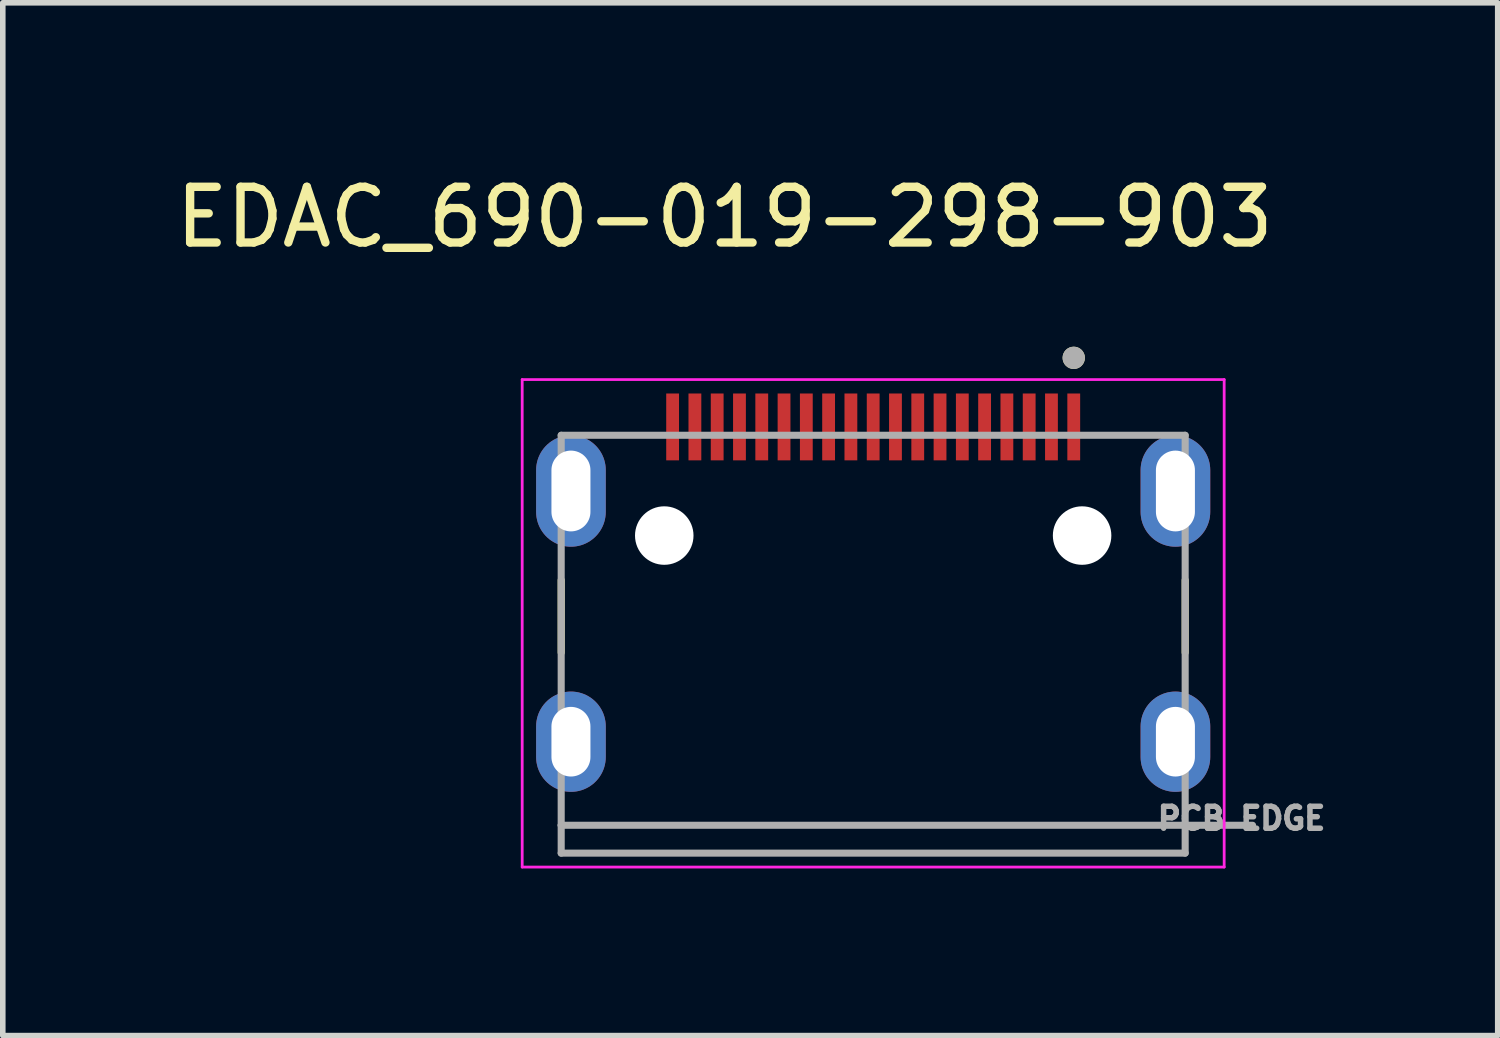
<source format=kicad_pcb>
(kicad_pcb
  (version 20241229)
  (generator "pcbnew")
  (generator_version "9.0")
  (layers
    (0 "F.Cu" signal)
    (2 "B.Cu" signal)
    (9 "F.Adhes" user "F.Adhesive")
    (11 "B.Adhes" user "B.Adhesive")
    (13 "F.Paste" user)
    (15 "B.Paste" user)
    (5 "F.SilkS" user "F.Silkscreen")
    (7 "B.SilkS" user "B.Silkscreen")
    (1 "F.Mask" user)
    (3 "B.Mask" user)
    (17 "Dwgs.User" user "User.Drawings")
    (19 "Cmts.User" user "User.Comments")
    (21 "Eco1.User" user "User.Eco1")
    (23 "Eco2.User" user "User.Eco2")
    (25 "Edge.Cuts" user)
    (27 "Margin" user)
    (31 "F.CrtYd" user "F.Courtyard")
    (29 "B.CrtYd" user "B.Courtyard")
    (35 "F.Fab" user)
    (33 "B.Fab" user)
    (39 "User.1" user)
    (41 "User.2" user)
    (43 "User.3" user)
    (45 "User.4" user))
  (footprint "EDAC_690-019-298-903"
    (layer "F.Cu")
    (at 12.623 10.263)
    (property "Reference" "EDAC_690-019-298-903" (at -2.665 -9.415 0) (layer "F.SilkS") (effects (font (size 1 1) (thickness 0.15))))
    (attr smd)
    (fp_line (start -5.6 -2.9) (end -5.6 -1.6) (stroke (width 0.127) (type solid)) (layer "F.SilkS"))
    (fp_line (start 5.6 -1.6) (end 5.6 -2.9) (stroke (width 0.127) (type solid)) (layer "F.SilkS"))
    (fp_circle (center 3.6 -6.89) (end 3.7 -6.89) (stroke (width 0.2) (type solid)) (fill no) (layer "F.SilkS"))
    (fp_line (start -6.3 -6.5) (end 6.3 -6.5) (stroke (width 0.05) (type solid)) (layer "F.CrtYd"))
    (fp_line (start -6.3 2.25) (end -6.3 -6.5) (stroke (width 0.05) (type solid)) (layer "F.CrtYd"))
    (fp_line (start 6.3 -6.5) (end 6.3 2.25) (stroke (width 0.05) (type solid)) (layer "F.CrtYd"))
    (fp_line (start 6.3 2.25) (end -6.3 2.25) (stroke (width 0.05) (type solid)) (layer "F.CrtYd"))
    (fp_line (start -5.6 -5.5) (end 5.6 -5.5) (stroke (width 0.127) (type solid)) (layer "F.Fab"))
    (fp_line (start -5.6 1.5) (end -5.6 -5.5) (stroke (width 0.127) (type solid)) (layer "F.Fab"))
    (fp_line (start -5.6 2) (end -5.6 1.5) (stroke (width 0.127) (type solid)) (layer "F.Fab"))
    (fp_line (start 5.6 1.5) (end -5.6 1.5) (stroke (width 0.127) (type solid)) (layer "F.Fab"))
    (fp_line (start 5.6 1.5) (end 5.6 -5.5) (stroke (width 0.127) (type solid)) (layer "F.Fab"))
    (fp_line (start 5.6 1.5) (end 6.81 1.5) (stroke (width 0.127) (type solid)) (layer "F.Fab"))
    (fp_line (start 5.6 2) (end -5.6 2) (stroke (width 0.127) (type solid)) (layer "F.Fab"))
    (fp_line (start 5.6 2) (end 5.6 1.5) (stroke (width 0.127) (type solid)) (layer "F.Fab"))
    (fp_circle (center 3.6 -6.89) (end 3.7 -6.89) (stroke (width 0.2) (type solid)) (fill no) (layer "F.Fab"))
    (fp_text user "PCB EDGE" (at 6.611 1.376 0) (layer "F.Fab") (effects (font (size 0.394 0.394) (thickness 0.15))))
    (pad "" np_thru_hole circle (at -3.75 -3.7) (size 1.05 1.05) (drill 1.05) (layers "*.Cu" "*.Mask"))
    (pad "" np_thru_hole circle (at 3.75 -3.7) (size 1.05 1.05) (drill 1.05) (layers "*.Cu" "*.Mask"))
    (pad "1" smd rect (at 3.6 -5.65) (size 0.23 1.2) (layers "F.Cu" "F.Mask" "F.Paste"))
    (pad "2" smd rect (at 3.2 -5.65) (size 0.23 1.2) (layers "F.Cu" "F.Mask" "F.Paste"))
    (pad "3" smd rect (at 2.8 -5.65) (size 0.23 1.2) (layers "F.Cu" "F.Mask" "F.Paste"))
    (pad "4" smd rect (at 2.4 -5.65) (size 0.23 1.2) (layers "F.Cu" "F.Mask" "F.Paste"))
    (pad "5" smd rect (at 2 -5.65) (size 0.23 1.2) (layers "F.Cu" "F.Mask" "F.Paste"))
    (pad "6" smd rect (at 1.6 -5.65) (size 0.23 1.2) (layers "F.Cu" "F.Mask" "F.Paste"))
    (pad "7" smd rect (at 1.2 -5.65) (size 0.23 1.2) (layers "F.Cu" "F.Mask" "F.Paste"))
    (pad "8" smd rect (at 0.8 -5.65) (size 0.23 1.2) (layers "F.Cu" "F.Mask" "F.Paste"))
    (pad "9" smd rect (at 0.4 -5.65) (size 0.23 1.2) (layers "F.Cu" "F.Mask" "F.Paste"))
    (pad "10" smd rect (at 0 -5.65) (size 0.23 1.2) (layers "F.Cu" "F.Mask" "F.Paste"))
    (pad "11" smd rect (at -0.4 -5.65) (size 0.23 1.2) (layers "F.Cu" "F.Mask" "F.Paste"))
    (pad "12" smd rect (at -0.8 -5.65) (size 0.23 1.2) (layers "F.Cu" "F.Mask" "F.Paste"))
    (pad "13" smd rect (at -1.2 -5.65) (size 0.23 1.2) (layers "F.Cu" "F.Mask" "F.Paste"))
    (pad "14" smd rect (at -1.6 -5.65) (size 0.23 1.2) (layers "F.Cu" "F.Mask" "F.Paste"))
    (pad "15" smd rect (at -2 -5.65) (size 0.23 1.2) (layers "F.Cu" "F.Mask" "F.Paste"))
    (pad "16" smd rect (at -2.4 -5.65) (size 0.23 1.2) (layers "F.Cu" "F.Mask" "F.Paste"))
    (pad "17" smd rect (at -2.8 -5.65) (size 0.23 1.2) (layers "F.Cu" "F.Mask" "F.Paste"))
    (pad "18" smd rect (at -3.2 -5.65) (size 0.23 1.2) (layers "F.Cu" "F.Mask" "F.Paste"))
    (pad "19" smd rect (at -3.6 -5.65) (size 0.23 1.2) (layers "F.Cu" "F.Mask" "F.Paste"))
    (pad "S1" thru_hole oval (at -5.425 0) (size 1.25 1.8) (drill oval 0.7 1.25) (layers "*.Cu" "*.Mask"))
    (pad "S2" thru_hole oval (at 5.425 0) (size 1.25 1.8) (drill oval 0.7 1.25) (layers "*.Cu" "*.Mask"))
    (pad "S3" thru_hole oval (at 5.425 -4.5) (size 1.25 2) (drill oval 0.7 1.45) (layers "*.Cu" "*.Mask"))
    (pad "S4" thru_hole oval (at -5.425 -4.5) (size 1.25 2) (drill oval 0.7 1.45) (layers "*.Cu" "*.Mask")))
  (gr_rect
    (start -3 -3)
    (end 23.833 15.538)
    (stroke (width 0.1) (type default))
    (fill no)
    (layer "Edge.Cuts")))
</source>
